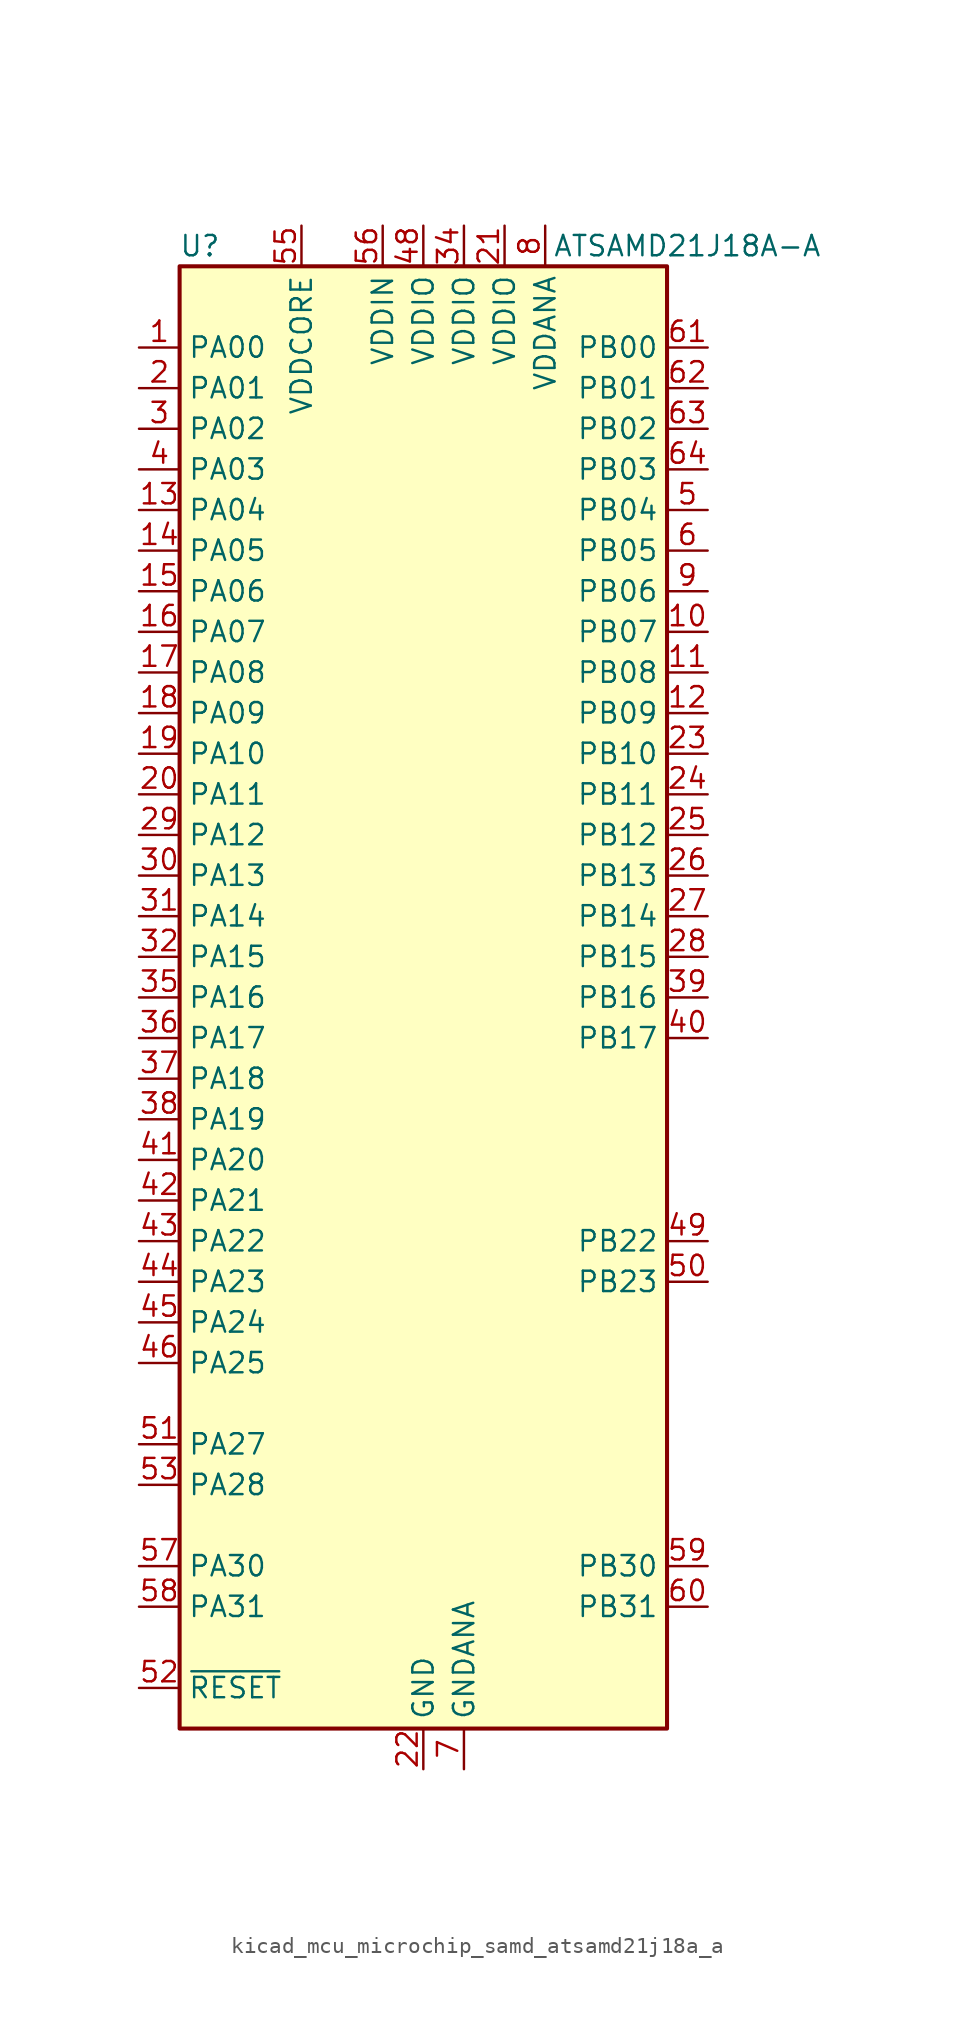
<source format=kicad_sym>
(kicad_symbol_lib
  (version 20220914)
  (generator kicad_symbol_editor)
  (symbol "kicad_mcu_microchip_samd_atsamd21j18a_a"
    (property "Reference" "U"
      (at -13.97 46.99 0)
      (effects (font (size 1.27 1.27))))
    (property "Value" "ATSAMD21J18A-A"
      (at 16.51 46.99 0)
      (effects (font (size 1.27 1.27))))
    (symbol "kicad_mcu_microchip_samd_atsamd21j18a_a_0_1"
      (rectangle (start -15.24 45.72) (end 15.24 -45.72) (stroke (width 0.254) (type default)) (fill (type background))))
    (symbol "kicad_mcu_microchip_samd_atsamd21j18a_a_1_1"
      (pin bidirectional line (at -17.78 40.64 0) (length 2.54) (name "PA00" (effects (font (size 1.27 1.27)))) (number "1" (effects (font (size 1.27 1.27)))))
      (pin bidirectional line (at 17.78 22.86 180) (length 2.54) (name "PB07" (effects (font (size 1.27 1.27)))) (number "10" (effects (font (size 1.27 1.27)))))
      (pin bidirectional line (at 17.78 20.32 180) (length 2.54) (name "PB08" (effects (font (size 1.27 1.27)))) (number "11" (effects (font (size 1.27 1.27)))))
      (pin bidirectional line (at 17.78 17.78 180) (length 2.54) (name "PB09" (effects (font (size 1.27 1.27)))) (number "12" (effects (font (size 1.27 1.27)))))
      (pin bidirectional line (at -17.78 30.48 0) (length 2.54) (name "PA04" (effects (font (size 1.27 1.27)))) (number "13" (effects (font (size 1.27 1.27)))))
      (pin bidirectional line (at -17.78 27.94 0) (length 2.54) (name "PA05" (effects (font (size 1.27 1.27)))) (number "14" (effects (font (size 1.27 1.27)))))
      (pin bidirectional line (at -17.78 25.4 0) (length 2.54) (name "PA06" (effects (font (size 1.27 1.27)))) (number "15" (effects (font (size 1.27 1.27)))))
      (pin bidirectional line (at -17.78 22.86 0) (length 2.54) (name "PA07" (effects (font (size 1.27 1.27)))) (number "16" (effects (font (size 1.27 1.27)))))
      (pin bidirectional line (at -17.78 20.32 0) (length 2.54) (name "PA08" (effects (font (size 1.27 1.27)))) (number "17" (effects (font (size 1.27 1.27)))))
      (pin bidirectional line (at -17.78 17.78 0) (length 2.54) (name "PA09" (effects (font (size 1.27 1.27)))) (number "18" (effects (font (size 1.27 1.27)))))
      (pin bidirectional line (at -17.78 15.24 0) (length 2.54) (name "PA10" (effects (font (size 1.27 1.27)))) (number "19" (effects (font (size 1.27 1.27)))))
      (pin bidirectional line (at -17.78 38.1 0) (length 2.54) (name "PA01" (effects (font (size 1.27 1.27)))) (number "2" (effects (font (size 1.27 1.27)))))
      (pin bidirectional line (at -17.78 12.7 0) (length 2.54) (name "PA11" (effects (font (size 1.27 1.27)))) (number "20" (effects (font (size 1.27 1.27)))))
      (pin power_in line (at 5.08 48.26 270) (length 2.54) (name "VDDIO" (effects (font (size 1.27 1.27)))) (number "21" (effects (font (size 1.27 1.27)))))
      (pin power_in line (at 0 -48.26 90) (length 2.54) (name "GND" (effects (font (size 1.27 1.27)))) (number "22" (effects (font (size 1.27 1.27)))))
      (pin bidirectional line (at 17.78 15.24 180) (length 2.54) (name "PB10" (effects (font (size 1.27 1.27)))) (number "23" (effects (font (size 1.27 1.27)))))
      (pin bidirectional line (at 17.78 12.7 180) (length 2.54) (name "PB11" (effects (font (size 1.27 1.27)))) (number "24" (effects (font (size 1.27 1.27)))))
      (pin bidirectional line (at 17.78 10.16 180) (length 2.54) (name "PB12" (effects (font (size 1.27 1.27)))) (number "25" (effects (font (size 1.27 1.27)))))
      (pin bidirectional line (at 17.78 7.62 180) (length 2.54) (name "PB13" (effects (font (size 1.27 1.27)))) (number "26" (effects (font (size 1.27 1.27)))))
      (pin bidirectional line (at 17.78 5.08 180) (length 2.54) (name "PB14" (effects (font (size 1.27 1.27)))) (number "27" (effects (font (size 1.27 1.27)))))
      (pin bidirectional line (at 17.78 2.54 180) (length 2.54) (name "PB15" (effects (font (size 1.27 1.27)))) (number "28" (effects (font (size 1.27 1.27)))))
      (pin bidirectional line (at -17.78 10.16 0) (length 2.54) (name "PA12" (effects (font (size 1.27 1.27)))) (number "29" (effects (font (size 1.27 1.27)))))
      (pin bidirectional line (at -17.78 35.56 0) (length 2.54) (name "PA02" (effects (font (size 1.27 1.27)))) (number "3" (effects (font (size 1.27 1.27)))))
      (pin bidirectional line (at -17.78 7.62 0) (length 2.54) (name "PA13" (effects (font (size 1.27 1.27)))) (number "30" (effects (font (size 1.27 1.27)))))
      (pin bidirectional line (at -17.78 5.08 0) (length 2.54) (name "PA14" (effects (font (size 1.27 1.27)))) (number "31" (effects (font (size 1.27 1.27)))))
      (pin bidirectional line (at -17.78 2.54 0) (length 2.54) (name "PA15" (effects (font (size 1.27 1.27)))) (number "32" (effects (font (size 1.27 1.27)))))
      (pin passive line (at 0 -48.26 90) (length 2.54) hide (name "GND" (effects (font (size 1.27 1.27)))) (number "33" (effects (font (size 1.27 1.27)))))
      (pin power_in line (at 2.54 48.26 270) (length 2.54) (name "VDDIO" (effects (font (size 1.27 1.27)))) (number "34" (effects (font (size 1.27 1.27)))))
      (pin bidirectional line (at -17.78 0 0) (length 2.54) (name "PA16" (effects (font (size 1.27 1.27)))) (number "35" (effects (font (size 1.27 1.27)))))
      (pin bidirectional line (at -17.78 -2.54 0) (length 2.54) (name "PA17" (effects (font (size 1.27 1.27)))) (number "36" (effects (font (size 1.27 1.27)))))
      (pin bidirectional line (at -17.78 -5.08 0) (length 2.54) (name "PA18" (effects (font (size 1.27 1.27)))) (number "37" (effects (font (size 1.27 1.27)))))
      (pin bidirectional line (at -17.78 -7.62 0) (length 2.54) (name "PA19" (effects (font (size 1.27 1.27)))) (number "38" (effects (font (size 1.27 1.27)))))
      (pin bidirectional line (at 17.78 0 180) (length 2.54) (name "PB16" (effects (font (size 1.27 1.27)))) (number "39" (effects (font (size 1.27 1.27)))))
      (pin bidirectional line (at -17.78 33.02 0) (length 2.54) (name "PA03" (effects (font (size 1.27 1.27)))) (number "4" (effects (font (size 1.27 1.27)))))
      (pin bidirectional line (at 17.78 -2.54 180) (length 2.54) (name "PB17" (effects (font (size 1.27 1.27)))) (number "40" (effects (font (size 1.27 1.27)))))
      (pin bidirectional line (at -17.78 -10.16 0) (length 2.54) (name "PA20" (effects (font (size 1.27 1.27)))) (number "41" (effects (font (size 1.27 1.27)))))
      (pin bidirectional line (at -17.78 -12.7 0) (length 2.54) (name "PA21" (effects (font (size 1.27 1.27)))) (number "42" (effects (font (size 1.27 1.27)))))
      (pin bidirectional line (at -17.78 -15.24 0) (length 2.54) (name "PA22" (effects (font (size 1.27 1.27)))) (number "43" (effects (font (size 1.27 1.27)))))
      (pin bidirectional line (at -17.78 -17.78 0) (length 2.54) (name "PA23" (effects (font (size 1.27 1.27)))) (number "44" (effects (font (size 1.27 1.27)))))
      (pin bidirectional line (at -17.78 -20.32 0) (length 2.54) (name "PA24" (effects (font (size 1.27 1.27)))) (number "45" (effects (font (size 1.27 1.27)))))
      (pin bidirectional line (at -17.78 -22.86 0) (length 2.54) (name "PA25" (effects (font (size 1.27 1.27)))) (number "46" (effects (font (size 1.27 1.27)))))
      (pin passive line (at 0 -48.26 90) (length 2.54) hide (name "GND" (effects (font (size 1.27 1.27)))) (number "47" (effects (font (size 1.27 1.27)))))
      (pin power_in line (at 0 48.26 270) (length 2.54) (name "VDDIO" (effects (font (size 1.27 1.27)))) (number "48" (effects (font (size 1.27 1.27)))))
      (pin bidirectional line (at 17.78 -15.24 180) (length 2.54) (name "PB22" (effects (font (size 1.27 1.27)))) (number "49" (effects (font (size 1.27 1.27)))))
      (pin bidirectional line (at 17.78 30.48 180) (length 2.54) (name "PB04" (effects (font (size 1.27 1.27)))) (number "5" (effects (font (size 1.27 1.27)))))
      (pin bidirectional line (at 17.78 -17.78 180) (length 2.54) (name "PB23" (effects (font (size 1.27 1.27)))) (number "50" (effects (font (size 1.27 1.27)))))
      (pin bidirectional line (at -17.78 -27.94 0) (length 2.54) (name "PA27" (effects (font (size 1.27 1.27)))) (number "51" (effects (font (size 1.27 1.27)))))
      (pin input line (at -17.78 -43.18 0) (length 2.54) (name "~{RESET}" (effects (font (size 1.27 1.27)))) (number "52" (effects (font (size 1.27 1.27)))))
      (pin bidirectional line (at -17.78 -30.48 0) (length 2.54) (name "PA28" (effects (font (size 1.27 1.27)))) (number "53" (effects (font (size 1.27 1.27)))))
      (pin passive line (at 0 -48.26 90) (length 2.54) hide (name "GND" (effects (font (size 1.27 1.27)))) (number "54" (effects (font (size 1.27 1.27)))))
      (pin power_out line (at -7.62 48.26 270) (length 2.54) (name "VDDCORE" (effects (font (size 1.27 1.27)))) (number "55" (effects (font (size 1.27 1.27)))))
      (pin power_in line (at -2.54 48.26 270) (length 2.54) (name "VDDIN" (effects (font (size 1.27 1.27)))) (number "56" (effects (font (size 1.27 1.27)))))
      (pin bidirectional line (at -17.78 -35.56 0) (length 2.54) (name "PA30" (effects (font (size 1.27 1.27)))) (number "57" (effects (font (size 1.27 1.27)))))
      (pin bidirectional line (at -17.78 -38.1 0) (length 2.54) (name "PA31" (effects (font (size 1.27 1.27)))) (number "58" (effects (font (size 1.27 1.27)))))
      (pin bidirectional line (at 17.78 -35.56 180) (length 2.54) (name "PB30" (effects (font (size 1.27 1.27)))) (number "59" (effects (font (size 1.27 1.27)))))
      (pin bidirectional line (at 17.78 27.94 180) (length 2.54) (name "PB05" (effects (font (size 1.27 1.27)))) (number "6" (effects (font (size 1.27 1.27)))))
      (pin bidirectional line (at 17.78 -38.1 180) (length 2.54) (name "PB31" (effects (font (size 1.27 1.27)))) (number "60" (effects (font (size 1.27 1.27)))))
      (pin bidirectional line (at 17.78 40.64 180) (length 2.54) (name "PB00" (effects (font (size 1.27 1.27)))) (number "61" (effects (font (size 1.27 1.27)))))
      (pin bidirectional line (at 17.78 38.1 180) (length 2.54) (name "PB01" (effects (font (size 1.27 1.27)))) (number "62" (effects (font (size 1.27 1.27)))))
      (pin bidirectional line (at 17.78 35.56 180) (length 2.54) (name "PB02" (effects (font (size 1.27 1.27)))) (number "63" (effects (font (size 1.27 1.27)))))
      (pin bidirectional line (at 17.78 33.02 180) (length 2.54) (name "PB03" (effects (font (size 1.27 1.27)))) (number "64" (effects (font (size 1.27 1.27)))))
      (pin power_in line (at 2.54 -48.26 90) (length 2.54) (name "GNDANA" (effects (font (size 1.27 1.27)))) (number "7" (effects (font (size 1.27 1.27)))))
      (pin power_in line (at 7.62 48.26 270) (length 2.54) (name "VDDANA" (effects (font (size 1.27 1.27)))) (number "8" (effects (font (size 1.27 1.27)))))
      (pin bidirectional line (at 17.78 25.4 180) (length 2.54) (name "PB06" (effects (font (size 1.27 1.27)))) (number "9" (effects (font (size 1.27 1.27))))))))
</source>
